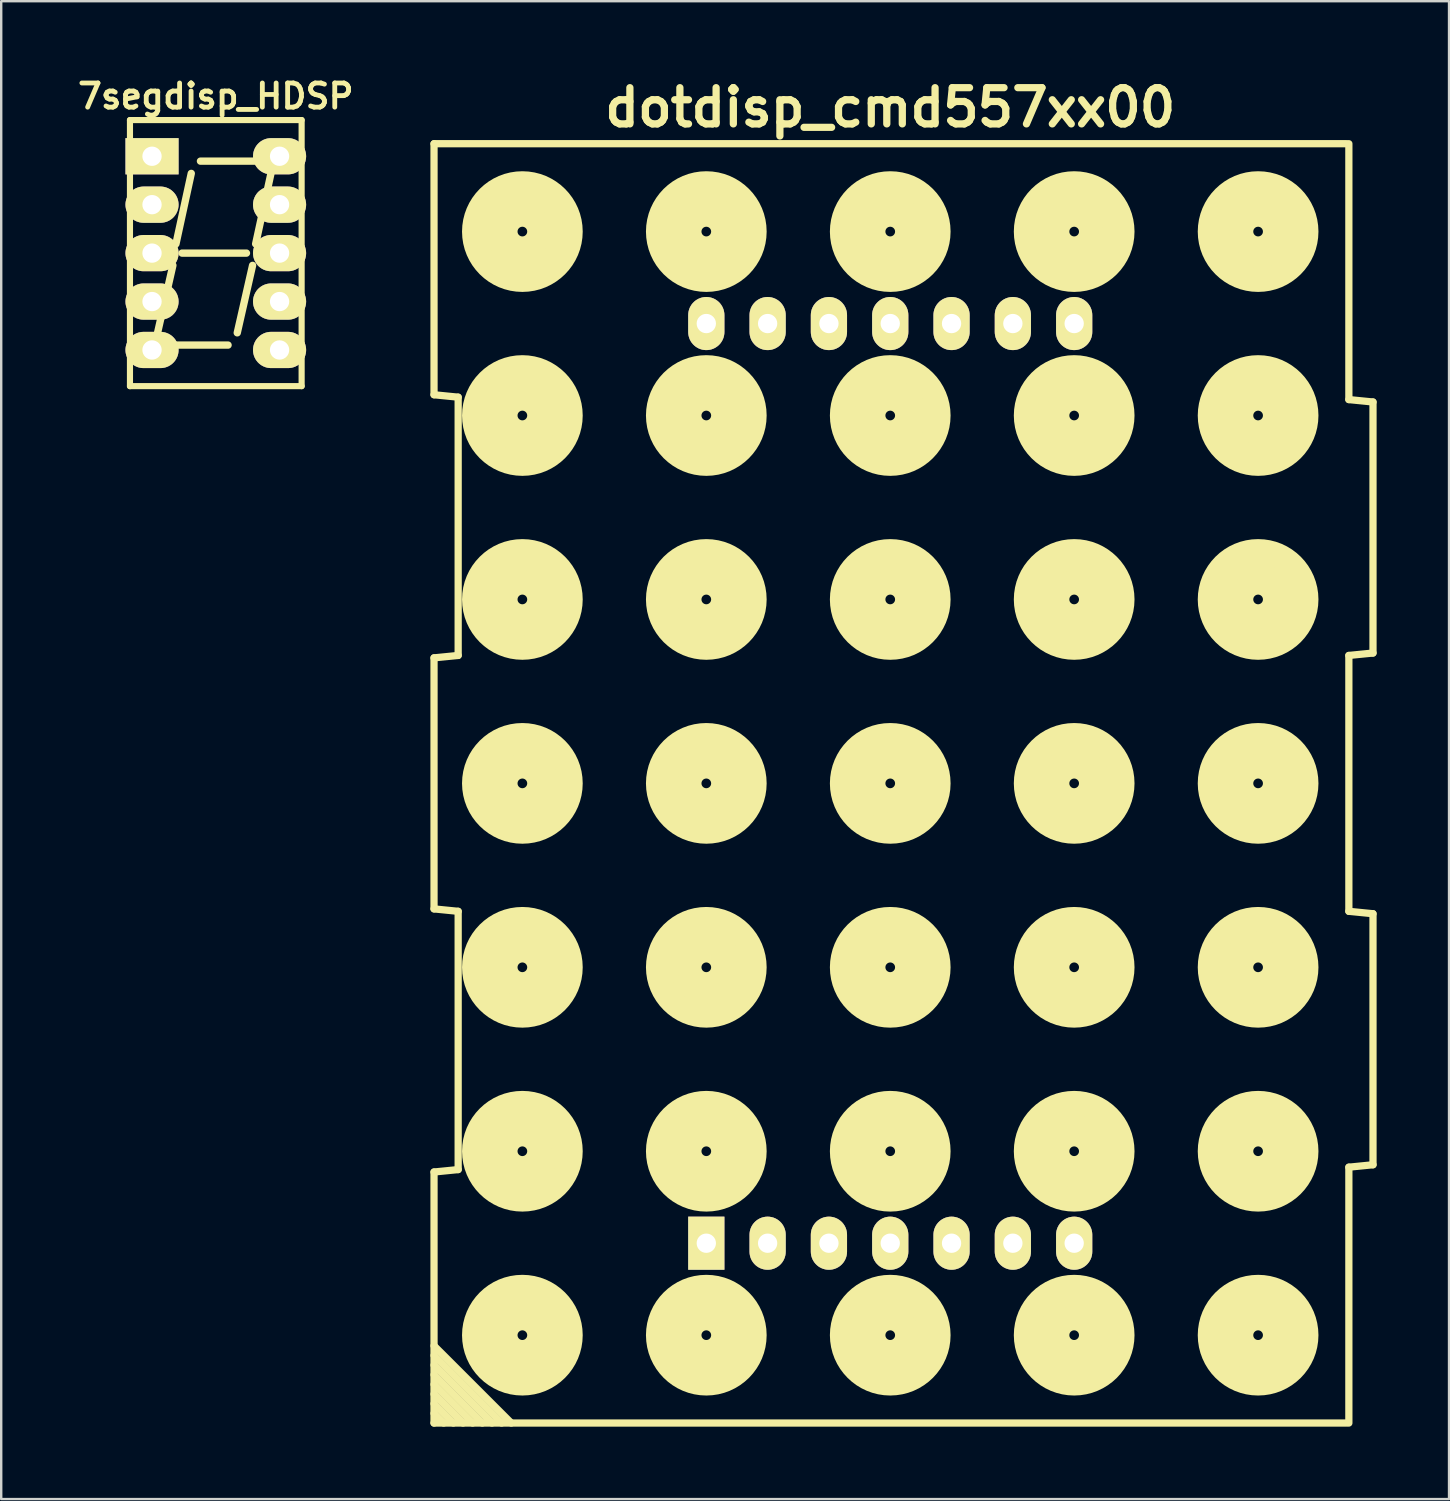
<source format=kicad_pcb>
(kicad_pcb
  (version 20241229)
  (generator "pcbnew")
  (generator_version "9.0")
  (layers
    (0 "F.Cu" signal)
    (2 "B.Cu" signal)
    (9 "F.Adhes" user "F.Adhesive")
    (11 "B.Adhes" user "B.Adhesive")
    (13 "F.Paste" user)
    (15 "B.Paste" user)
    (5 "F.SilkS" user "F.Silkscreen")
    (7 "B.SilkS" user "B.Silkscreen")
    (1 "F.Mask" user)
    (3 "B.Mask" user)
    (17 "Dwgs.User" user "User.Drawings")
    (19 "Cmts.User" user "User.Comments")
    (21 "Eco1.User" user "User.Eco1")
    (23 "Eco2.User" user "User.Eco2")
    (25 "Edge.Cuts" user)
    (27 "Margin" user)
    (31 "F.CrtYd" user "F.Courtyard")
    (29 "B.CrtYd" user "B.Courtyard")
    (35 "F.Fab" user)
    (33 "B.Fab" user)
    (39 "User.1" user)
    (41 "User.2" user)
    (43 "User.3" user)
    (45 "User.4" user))
  (footprint "7segdisp_HDSP"
    (layer "F.Cu")
    (at 5.89 7.436)
    (property "Reference" "7segdisp_HDSP" (at 0 -6.5 0) (layer "F.SilkS") (effects (font (size 1 1) (thickness 0.2))))
    (attr through_hole)
    (fp_line (start -3.556 -5.512) (end 3.556 -5.512) (stroke (width 0.254) (type solid)) (layer "F.SilkS"))
    (fp_line (start -3.556 5.512) (end -3.556 -5.512) (stroke (width 0.254) (type solid)) (layer "F.SilkS"))
    (fp_line (start -2.413 3.302) (end -1.778 0.508) (stroke (width 0.305) (type solid)) (layer "F.SilkS"))
    (fp_line (start -2.159 3.81) (end 0.508 3.81) (stroke (width 0.305) (type solid)) (layer "F.SilkS"))
    (fp_line (start -1.651 -0.381) (end -1.016 -3.302) (stroke (width 0.305) (type solid)) (layer "F.SilkS"))
    (fp_line (start -1.397 0) (end 1.27 0) (stroke (width 0.305) (type solid)) (layer "F.SilkS"))
    (fp_line (start -0.635 -3.81) (end 2.032 -3.81) (stroke (width 0.305) (type solid)) (layer "F.SilkS"))
    (fp_line (start 0.889 3.302) (end 1.524 0.508) (stroke (width 0.305) (type solid)) (layer "F.SilkS"))
    (fp_line (start 1.651 -0.381) (end 2.286 -3.302) (stroke (width 0.305) (type solid)) (layer "F.SilkS"))
    (fp_line (start 3.556 -5.512) (end 3.556 5.512) (stroke (width 0.254) (type solid)) (layer "F.SilkS"))
    (fp_line (start 3.556 5.512) (end -3.556 5.512) (stroke (width 0.254) (type solid)) (layer "F.SilkS"))
    (fp_circle (center 2.667 3.937) (end 2.921 4.191) (stroke (width 0.305) (type solid)) (fill no) (layer "F.SilkS"))
    (pad "1" thru_hole rect (at -2.642 -4.013) (size 2.2 1.501) (drill 0.8) (layers "*.Cu" "*.Mask" "F.SilkS"))
    (pad "2" thru_hole oval (at -2.642 -2.007) (size 2.2 1.501) (drill 0.8) (layers "*.Cu" "*.Mask" "F.SilkS"))
    (pad "3" thru_hole oval (at -2.642 0) (size 2.2 1.501) (drill 0.8) (layers "*.Cu" "*.Mask" "F.SilkS"))
    (pad "4" thru_hole oval (at -2.642 2.007) (size 2.2 1.501) (drill 0.8) (layers "*.Cu" "*.Mask" "F.SilkS"))
    (pad "5" thru_hole oval (at -2.642 4.013) (size 2.2 1.501) (drill 0.8) (layers "*.Cu" "*.Mask" "F.SilkS"))
    (pad "6" thru_hole oval (at 2.642 4.013) (size 2.2 1.501) (drill 0.8) (layers "*.Cu" "*.Mask" "F.SilkS"))
    (pad "7" thru_hole oval (at 2.642 2.007) (size 2.2 1.501) (drill 0.8) (layers "*.Cu" "*.Mask" "F.SilkS"))
    (pad "8" thru_hole oval (at 2.642 0) (size 2.2 1.501) (drill 0.8) (layers "*.Cu" "*.Mask" "F.SilkS"))
    (pad "9" thru_hole oval (at 2.642 -2.007) (size 2.2 1.501) (drill 0.8) (layers "*.Cu" "*.Mask" "F.SilkS"))
    (pad "10" thru_hole oval (at 2.642 -4.013) (size 2.2 1.501) (drill 0.8) (layers "*.Cu" "*.Mask" "F.SilkS")))
  (footprint "dotdisp_cmd557xx00"
    (layer "F.Cu")
    (at 33.831 29.404)
    (property "Reference" "dotdisp_cmd557xx00" (at 0 -28 0) (layer "F.SilkS") (effects (font (size 1.5 1.5) (thickness 0.3))))
    (attr through_hole)
    (fp_line (start -18.9 -26.5) (end -18.9 -16.1) (stroke (width 0.3) (type solid)) (layer "F.SilkS"))
    (fp_line (start -18.9 -16.1) (end -17.9 -16) (stroke (width 0.3) (type solid)) (layer "F.SilkS"))
    (fp_line (start -18.9 -5.2) (end -18.9 5.2) (stroke (width 0.3) (type solid)) (layer "F.SilkS"))
    (fp_line (start -18.9 -5.2) (end -17.9 -5.3) (stroke (width 0.3) (type solid)) (layer "F.SilkS"))
    (fp_line (start -18.9 5.2) (end -17.9 5.3) (stroke (width 0.3) (type solid)) (layer "F.SilkS"))
    (fp_line (start -18.9 16.1) (end -18.9 26.5) (stroke (width 0.3) (type solid)) (layer "F.SilkS"))
    (fp_line (start -18.9 16.1) (end -17.9 16) (stroke (width 0.3) (type solid)) (layer "F.SilkS"))
    (fp_line (start -18.9 23.7) (end -16.1 26.5) (stroke (width 0.3) (type solid)) (layer "F.SilkS"))
    (fp_line (start -18.9 24.1) (end -16.5 26.5) (stroke (width 0.3) (type solid)) (layer "F.SilkS"))
    (fp_line (start -18.9 25.3) (end -17.7 26.5) (stroke (width 0.3) (type solid)) (layer "F.SilkS"))
    (fp_line (start -18.9 26.1) (end -18.5 26.5) (stroke (width 0.3) (type solid)) (layer "F.SilkS"))
    (fp_line (start -18.9 26.5) (end 18.9 26.5) (stroke (width 0.3) (type solid)) (layer "F.SilkS"))
    (fp_line (start -18.1 26.5) (end -18.9 25.7) (stroke (width 0.3) (type solid)) (layer "F.SilkS"))
    (fp_line (start -17.9 -5.3) (end -17.9 -16) (stroke (width 0.3) (type solid)) (layer "F.SilkS"))
    (fp_line (start -17.9 16) (end -17.9 5.3) (stroke (width 0.3) (type solid)) (layer "F.SilkS"))
    (fp_line (start -17.3 26.5) (end -18.9 24.9) (stroke (width 0.3) (type solid)) (layer "F.SilkS"))
    (fp_line (start -16.9 26.5) (end -18.9 24.5) (stroke (width 0.3) (type solid)) (layer "F.SilkS"))
    (fp_line (start -15.7 26.5) (end -18.9 23.3) (stroke (width 0.3) (type solid)) (layer "F.SilkS"))
    (fp_line (start 18.9 -26.5) (end -18.9 -26.5) (stroke (width 0.3) (type solid)) (layer "F.SilkS"))
    (fp_line (start 19 -15.9) (end 19 -26.5) (stroke (width 0.3) (type solid)) (layer "F.SilkS"))
    (fp_line (start 19 -15.9) (end 20 -15.8) (stroke (width 0.3) (type solid)) (layer "F.SilkS"))
    (fp_line (start 19 -5.3) (end 20 -5.4) (stroke (width 0.3) (type solid)) (layer "F.SilkS"))
    (fp_line (start 19 5.3) (end 19 -5.3) (stroke (width 0.3) (type solid)) (layer "F.SilkS"))
    (fp_line (start 19 5.3) (end 20 5.4) (stroke (width 0.3) (type solid)) (layer "F.SilkS"))
    (fp_line (start 19 15.9) (end 20 15.8) (stroke (width 0.3) (type solid)) (layer "F.SilkS"))
    (fp_line (start 19 26.5) (end 19 15.9) (stroke (width 0.3) (type solid)) (layer "F.SilkS"))
    (fp_line (start 20 -15.8) (end 20 -5.4) (stroke (width 0.3) (type solid)) (layer "F.SilkS"))
    (fp_line (start 20 5.4) (end 20 15.8) (stroke (width 0.3) (type solid)) (layer "F.SilkS"))
    (fp_circle (center -15.24 -22.86) (end -16.34 -22.86) (stroke (width 1) (type solid)) (fill no) (layer "F.SilkS"))
    (fp_circle (center -15.24 -22.86) (end -15.04 -22.86) (stroke (width 1) (type solid)) (fill no) (layer "F.SilkS"))
    (fp_circle (center -15.24 -22.86) (end -13.24 -22.86) (stroke (width 1) (type solid)) (fill no) (layer "F.SilkS"))
    (fp_circle (center -15.24 -15.24) (end -16.34 -15.24) (stroke (width 1) (type solid)) (fill no) (layer "F.SilkS"))
    (fp_circle (center -15.24 -15.24) (end -15.04 -15.24) (stroke (width 1) (type solid)) (fill no) (layer "F.SilkS"))
    (fp_circle (center -15.24 -15.24) (end -13.24 -15.24) (stroke (width 1) (type solid)) (fill no) (layer "F.SilkS"))
    (fp_circle (center -15.24 -7.62) (end -16.34 -7.62) (stroke (width 1) (type solid)) (fill no) (layer "F.SilkS"))
    (fp_circle (center -15.24 -7.62) (end -15.04 -7.62) (stroke (width 1) (type solid)) (fill no) (layer "F.SilkS"))
    (fp_circle (center -15.24 -7.62) (end -13.24 -7.62) (stroke (width 1) (type solid)) (fill no) (layer "F.SilkS"))
    (fp_circle (center -15.24 0) (end -16.34 0) (stroke (width 1) (type solid)) (fill no) (layer "F.SilkS"))
    (fp_circle (center -15.24 0) (end -15.04 0) (stroke (width 1) (type solid)) (fill no) (layer "F.SilkS"))
    (fp_circle (center -15.24 0) (end -13.24 0) (stroke (width 1) (type solid)) (fill no) (layer "F.SilkS"))
    (fp_circle (center -15.24 7.62) (end -16.34 7.62) (stroke (width 1) (type solid)) (fill no) (layer "F.SilkS"))
    (fp_circle (center -15.24 7.62) (end -15.04 7.62) (stroke (width 1) (type solid)) (fill no) (layer "F.SilkS"))
    (fp_circle (center -15.24 7.62) (end -13.24 7.62) (stroke (width 1) (type solid)) (fill no) (layer "F.SilkS"))
    (fp_circle (center -15.24 15.24) (end -16.34 15.24) (stroke (width 1) (type solid)) (fill no) (layer "F.SilkS"))
    (fp_circle (center -15.24 15.24) (end -15.04 15.24) (stroke (width 1) (type solid)) (fill no) (layer "F.SilkS"))
    (fp_circle (center -15.24 15.24) (end -13.24 15.24) (stroke (width 1) (type solid)) (fill no) (layer "F.SilkS"))
    (fp_circle (center -15.24 22.86) (end -16.34 22.86) (stroke (width 1) (type solid)) (fill no) (layer "F.SilkS"))
    (fp_circle (center -15.24 22.86) (end -15.04 22.86) (stroke (width 1) (type solid)) (fill no) (layer "F.SilkS"))
    (fp_circle (center -15.24 22.86) (end -13.24 22.86) (stroke (width 1) (type solid)) (fill no) (layer "F.SilkS"))
    (fp_circle (center -7.62 -22.86) (end -8.72 -22.86) (stroke (width 1) (type solid)) (fill no) (layer "F.SilkS"))
    (fp_circle (center -7.62 -22.86) (end -7.42 -22.86) (stroke (width 1) (type solid)) (fill no) (layer "F.SilkS"))
    (fp_circle (center -7.62 -22.86) (end -5.62 -22.86) (stroke (width 1) (type solid)) (fill no) (layer "F.SilkS"))
    (fp_circle (center -7.62 -15.24) (end -8.72 -15.24) (stroke (width 1) (type solid)) (fill no) (layer "F.SilkS"))
    (fp_circle (center -7.62 -15.24) (end -7.42 -15.24) (stroke (width 1) (type solid)) (fill no) (layer "F.SilkS"))
    (fp_circle (center -7.62 -15.24) (end -5.62 -15.24) (stroke (width 1) (type solid)) (fill no) (layer "F.SilkS"))
    (fp_circle (center -7.62 -7.62) (end -8.72 -7.62) (stroke (width 1) (type solid)) (fill no) (layer "F.SilkS"))
    (fp_circle (center -7.62 -7.62) (end -7.42 -7.62) (stroke (width 1) (type solid)) (fill no) (layer "F.SilkS"))
    (fp_circle (center -7.62 -7.62) (end -5.62 -7.62) (stroke (width 1) (type solid)) (fill no) (layer "F.SilkS"))
    (fp_circle (center -7.62 0) (end -8.72 0) (stroke (width 1) (type solid)) (fill no) (layer "F.SilkS"))
    (fp_circle (center -7.62 0) (end -7.42 0) (stroke (width 1) (type solid)) (fill no) (layer "F.SilkS"))
    (fp_circle (center -7.62 0) (end -5.62 0) (stroke (width 1) (type solid)) (fill no) (layer "F.SilkS"))
    (fp_circle (center -7.62 7.62) (end -8.72 7.62) (stroke (width 1) (type solid)) (fill no) (layer "F.SilkS"))
    (fp_circle (center -7.62 7.62) (end -7.42 7.62) (stroke (width 1) (type solid)) (fill no) (layer "F.SilkS"))
    (fp_circle (center -7.62 7.62) (end -5.62 7.62) (stroke (width 1) (type solid)) (fill no) (layer "F.SilkS"))
    (fp_circle (center -7.62 15.24) (end -8.72 15.24) (stroke (width 1) (type solid)) (fill no) (layer "F.SilkS"))
    (fp_circle (center -7.62 15.24) (end -7.42 15.24) (stroke (width 1) (type solid)) (fill no) (layer "F.SilkS"))
    (fp_circle (center -7.62 15.24) (end -5.62 15.24) (stroke (width 1) (type solid)) (fill no) (layer "F.SilkS"))
    (fp_circle (center -7.62 22.86) (end -8.72 22.86) (stroke (width 1) (type solid)) (fill no) (layer "F.SilkS"))
    (fp_circle (center -7.62 22.86) (end -7.42 22.86) (stroke (width 1) (type solid)) (fill no) (layer "F.SilkS"))
    (fp_circle (center -7.62 22.86) (end -5.62 22.86) (stroke (width 1) (type solid)) (fill no) (layer "F.SilkS"))
    (fp_circle (center 0 -22.86) (end -1.1 -22.86) (stroke (width 1) (type solid)) (fill no) (layer "F.SilkS"))
    (fp_circle (center 0 -22.86) (end 0.2 -22.86) (stroke (width 1) (type solid)) (fill no) (layer "F.SilkS"))
    (fp_circle (center 0 -22.86) (end 2 -22.86) (stroke (width 1) (type solid)) (fill no) (layer "F.SilkS"))
    (fp_circle (center 0 -15.24) (end -1.1 -15.24) (stroke (width 1) (type solid)) (fill no) (layer "F.SilkS"))
    (fp_circle (center 0 -15.24) (end 0.2 -15.24) (stroke (width 1) (type solid)) (fill no) (layer "F.SilkS"))
    (fp_circle (center 0 -15.24) (end 2 -15.24) (stroke (width 1) (type solid)) (fill no) (layer "F.SilkS"))
    (fp_circle (center 0 -7.62) (end -1.1 -7.62) (stroke (width 1) (type solid)) (fill no) (layer "F.SilkS"))
    (fp_circle (center 0 -7.62) (end 0.2 -7.62) (stroke (width 1) (type solid)) (fill no) (layer "F.SilkS"))
    (fp_circle (center 0 -7.62) (end 2 -7.62) (stroke (width 1) (type solid)) (fill no) (layer "F.SilkS"))
    (fp_circle (center 0 0) (end -1.1 0) (stroke (width 1) (type solid)) (fill no) (layer "F.SilkS"))
    (fp_circle (center 0 0) (end 0.2 0) (stroke (width 1) (type solid)) (fill no) (layer "F.SilkS"))
    (fp_circle (center 0 0) (end 2 0) (stroke (width 1) (type solid)) (fill no) (layer "F.SilkS"))
    (fp_circle (center 0 7.62) (end -1.1 7.62) (stroke (width 1) (type solid)) (fill no) (layer "F.SilkS"))
    (fp_circle (center 0 7.62) (end 0.2 7.62) (stroke (width 1) (type solid)) (fill no) (layer "F.SilkS"))
    (fp_circle (center 0 7.62) (end 2 7.62) (stroke (width 1) (type solid)) (fill no) (layer "F.SilkS"))
    (fp_circle (center 0 15.24) (end -1.1 15.24) (stroke (width 1) (type solid)) (fill no) (layer "F.SilkS"))
    (fp_circle (center 0 15.24) (end 0.2 15.24) (stroke (width 1) (type solid)) (fill no) (layer "F.SilkS"))
    (fp_circle (center 0 15.24) (end 2 15.24) (stroke (width 1) (type solid)) (fill no) (layer "F.SilkS"))
    (fp_circle (center 0 22.86) (end -1.1 22.86) (stroke (width 1) (type solid)) (fill no) (layer "F.SilkS"))
    (fp_circle (center 0 22.86) (end 0.2 22.86) (stroke (width 1) (type solid)) (fill no) (layer "F.SilkS"))
    (fp_circle (center 0 22.86) (end 2 22.86) (stroke (width 1) (type solid)) (fill no) (layer "F.SilkS"))
    (fp_circle (center 7.62 -22.86) (end 6.52 -22.86) (stroke (width 1) (type solid)) (fill no) (layer "F.SilkS"))
    (fp_circle (center 7.62 -22.86) (end 7.82 -22.86) (stroke (width 1) (type solid)) (fill no) (layer "F.SilkS"))
    (fp_circle (center 7.62 -22.86) (end 9.62 -22.86) (stroke (width 1) (type solid)) (fill no) (layer "F.SilkS"))
    (fp_circle (center 7.62 -15.24) (end 6.52 -15.24) (stroke (width 1) (type solid)) (fill no) (layer "F.SilkS"))
    (fp_circle (center 7.62 -15.24) (end 7.82 -15.24) (stroke (width 1) (type solid)) (fill no) (layer "F.SilkS"))
    (fp_circle (center 7.62 -15.24) (end 9.62 -15.24) (stroke (width 1) (type solid)) (fill no) (layer "F.SilkS"))
    (fp_circle (center 7.62 -7.62) (end 6.52 -7.62) (stroke (width 1) (type solid)) (fill no) (layer "F.SilkS"))
    (fp_circle (center 7.62 -7.62) (end 7.82 -7.62) (stroke (width 1) (type solid)) (fill no) (layer "F.SilkS"))
    (fp_circle (center 7.62 -7.62) (end 9.62 -7.62) (stroke (width 1) (type solid)) (fill no) (layer "F.SilkS"))
    (fp_circle (center 7.62 0) (end 6.52 0) (stroke (width 1) (type solid)) (fill no) (layer "F.SilkS"))
    (fp_circle (center 7.62 0) (end 7.82 0) (stroke (width 1) (type solid)) (fill no) (layer "F.SilkS"))
    (fp_circle (center 7.62 0) (end 9.62 0) (stroke (width 1) (type solid)) (fill no) (layer "F.SilkS"))
    (fp_circle (center 7.62 7.62) (end 6.52 7.62) (stroke (width 1) (type solid)) (fill no) (layer "F.SilkS"))
    (fp_circle (center 7.62 7.62) (end 7.82 7.62) (stroke (width 1) (type solid)) (fill no) (layer "F.SilkS"))
    (fp_circle (center 7.62 7.62) (end 9.62 7.62) (stroke (width 1) (type solid)) (fill no) (layer "F.SilkS"))
    (fp_circle (center 7.62 15.24) (end 6.52 15.24) (stroke (width 1) (type solid)) (fill no) (layer "F.SilkS"))
    (fp_circle (center 7.62 15.24) (end 7.82 15.24) (stroke (width 1) (type solid)) (fill no) (layer "F.SilkS"))
    (fp_circle (center 7.62 15.24) (end 9.62 15.24) (stroke (width 1) (type solid)) (fill no) (layer "F.SilkS"))
    (fp_circle (center 7.62 22.86) (end 6.52 22.86) (stroke (width 1) (type solid)) (fill no) (layer "F.SilkS"))
    (fp_circle (center 7.62 22.86) (end 7.82 22.86) (stroke (width 1) (type solid)) (fill no) (layer "F.SilkS"))
    (fp_circle (center 7.62 22.86) (end 9.62 22.86) (stroke (width 1) (type solid)) (fill no) (layer "F.SilkS"))
    (fp_circle (center 15.24 -22.86) (end 14.14 -22.86) (stroke (width 1) (type solid)) (fill no) (layer "F.SilkS"))
    (fp_circle (center 15.24 -22.86) (end 15.44 -22.86) (stroke (width 1) (type solid)) (fill no) (layer "F.SilkS"))
    (fp_circle (center 15.24 -22.86) (end 17.24 -22.86) (stroke (width 1) (type solid)) (fill no) (layer "F.SilkS"))
    (fp_circle (center 15.24 -15.24) (end 14.14 -15.24) (stroke (width 1) (type solid)) (fill no) (layer "F.SilkS"))
    (fp_circle (center 15.24 -15.24) (end 15.44 -15.24) (stroke (width 1) (type solid)) (fill no) (layer "F.SilkS"))
    (fp_circle (center 15.24 -15.24) (end 17.24 -15.24) (stroke (width 1) (type solid)) (fill no) (layer "F.SilkS"))
    (fp_circle (center 15.24 -7.62) (end 14.14 -7.62) (stroke (width 1) (type solid)) (fill no) (layer "F.SilkS"))
    (fp_circle (center 15.24 -7.62) (end 15.44 -7.62) (stroke (width 1) (type solid)) (fill no) (layer "F.SilkS"))
    (fp_circle (center 15.24 -7.62) (end 17.24 -7.62) (stroke (width 1) (type solid)) (fill no) (layer "F.SilkS"))
    (fp_circle (center 15.24 0) (end 14.14 0) (stroke (width 1) (type solid)) (fill no) (layer "F.SilkS"))
    (fp_circle (center 15.24 0) (end 15.44 0) (stroke (width 1) (type solid)) (fill no) (layer "F.SilkS"))
    (fp_circle (center 15.24 0) (end 17.24 0) (stroke (width 1) (type solid)) (fill no) (layer "F.SilkS"))
    (fp_circle (center 15.24 7.62) (end 14.14 7.62) (stroke (width 1) (type solid)) (fill no) (layer "F.SilkS"))
    (fp_circle (center 15.24 7.62) (end 15.44 7.62) (stroke (width 1) (type solid)) (fill no) (layer "F.SilkS"))
    (fp_circle (center 15.24 7.62) (end 17.24 7.62) (stroke (width 1) (type solid)) (fill no) (layer "F.SilkS"))
    (fp_circle (center 15.24 15.24) (end 14.14 15.24) (stroke (width 1) (type solid)) (fill no) (layer "F.SilkS"))
    (fp_circle (center 15.24 15.24) (end 15.44 15.24) (stroke (width 1) (type solid)) (fill no) (layer "F.SilkS"))
    (fp_circle (center 15.24 15.24) (end 17.24 15.24) (stroke (width 1) (type solid)) (fill no) (layer "F.SilkS"))
    (fp_circle (center 15.24 22.86) (end 14.14 22.86) (stroke (width 1) (type solid)) (fill no) (layer "F.SilkS"))
    (fp_circle (center 15.24 22.86) (end 15.44 22.86) (stroke (width 1) (type solid)) (fill no) (layer "F.SilkS"))
    (fp_circle (center 15.24 22.86) (end 17.24 22.86) (stroke (width 1) (type solid)) (fill no) (layer "F.SilkS"))
    (pad "1" thru_hole rect (at -7.62 19.05 90) (size 2.2 1.5) (drill 0.8) (layers "*.Cu" "*.Mask" "F.SilkS"))
    (pad "2" thru_hole oval (at -5.08 19.05 90) (size 2.2 1.5) (drill 0.8) (layers "*.Cu" "*.Mask" "F.SilkS"))
    (pad "3" thru_hole oval (at -2.54 19.05 90) (size 2.2 1.5) (drill 0.8) (layers "*.Cu" "*.Mask" "F.SilkS"))
    (pad "4" thru_hole oval (at 0 19.05 90) (size 2.2 1.5) (drill 0.8) (layers "*.Cu" "*.Mask" "F.SilkS"))
    (pad "5" thru_hole oval (at 2.54 19.05 90) (size 2.2 1.5) (drill 0.8) (layers "*.Cu" "*.Mask" "F.SilkS"))
    (pad "6" thru_hole oval (at 5.08 19.05 90) (size 2.2 1.5) (drill 0.8) (layers "*.Cu" "*.Mask" "F.SilkS"))
    (pad "7" thru_hole oval (at 7.62 19.05 90) (size 2.2 1.5) (drill 0.8) (layers "*.Cu" "*.Mask" "F.SilkS"))
    (pad "8" thru_hole oval (at 7.62 -19.05 90) (size 2.2 1.5) (drill 0.8) (layers "*.Cu" "*.Mask" "F.SilkS"))
    (pad "9" thru_hole oval (at 5.08 -19.05 90) (size 2.2 1.5) (drill 0.8) (layers "*.Cu" "*.Mask" "F.SilkS"))
    (pad "10" thru_hole oval (at 2.54 -19.05 90) (size 2.2 1.5) (drill 0.8) (layers "*.Cu" "*.Mask" "F.SilkS"))
    (pad "11" thru_hole oval (at 0 -19.05 90) (size 2.2 1.5) (drill 0.8) (layers "*.Cu" "*.Mask" "F.SilkS"))
    (pad "12" thru_hole oval (at -2.54 -19.05 90) (size 2.2 1.5) (drill 0.8) (layers "*.Cu" "*.Mask" "F.SilkS"))
    (pad "13" thru_hole oval (at -5.08 -19.05 90) (size 2.2 1.5) (drill 0.8) (layers "*.Cu" "*.Mask" "F.SilkS"))
    (pad "14" thru_hole oval (at -7.62 -19.05 90) (size 2.2 1.5) (drill 0.8) (layers "*.Cu" "*.Mask" "F.SilkS")))
  (gr_rect
    (start -3 -3)
    (end 56.981 59.054)
    (stroke (width 0.1) (type default))
    (fill no)
    (layer "Edge.Cuts")))
</source>
